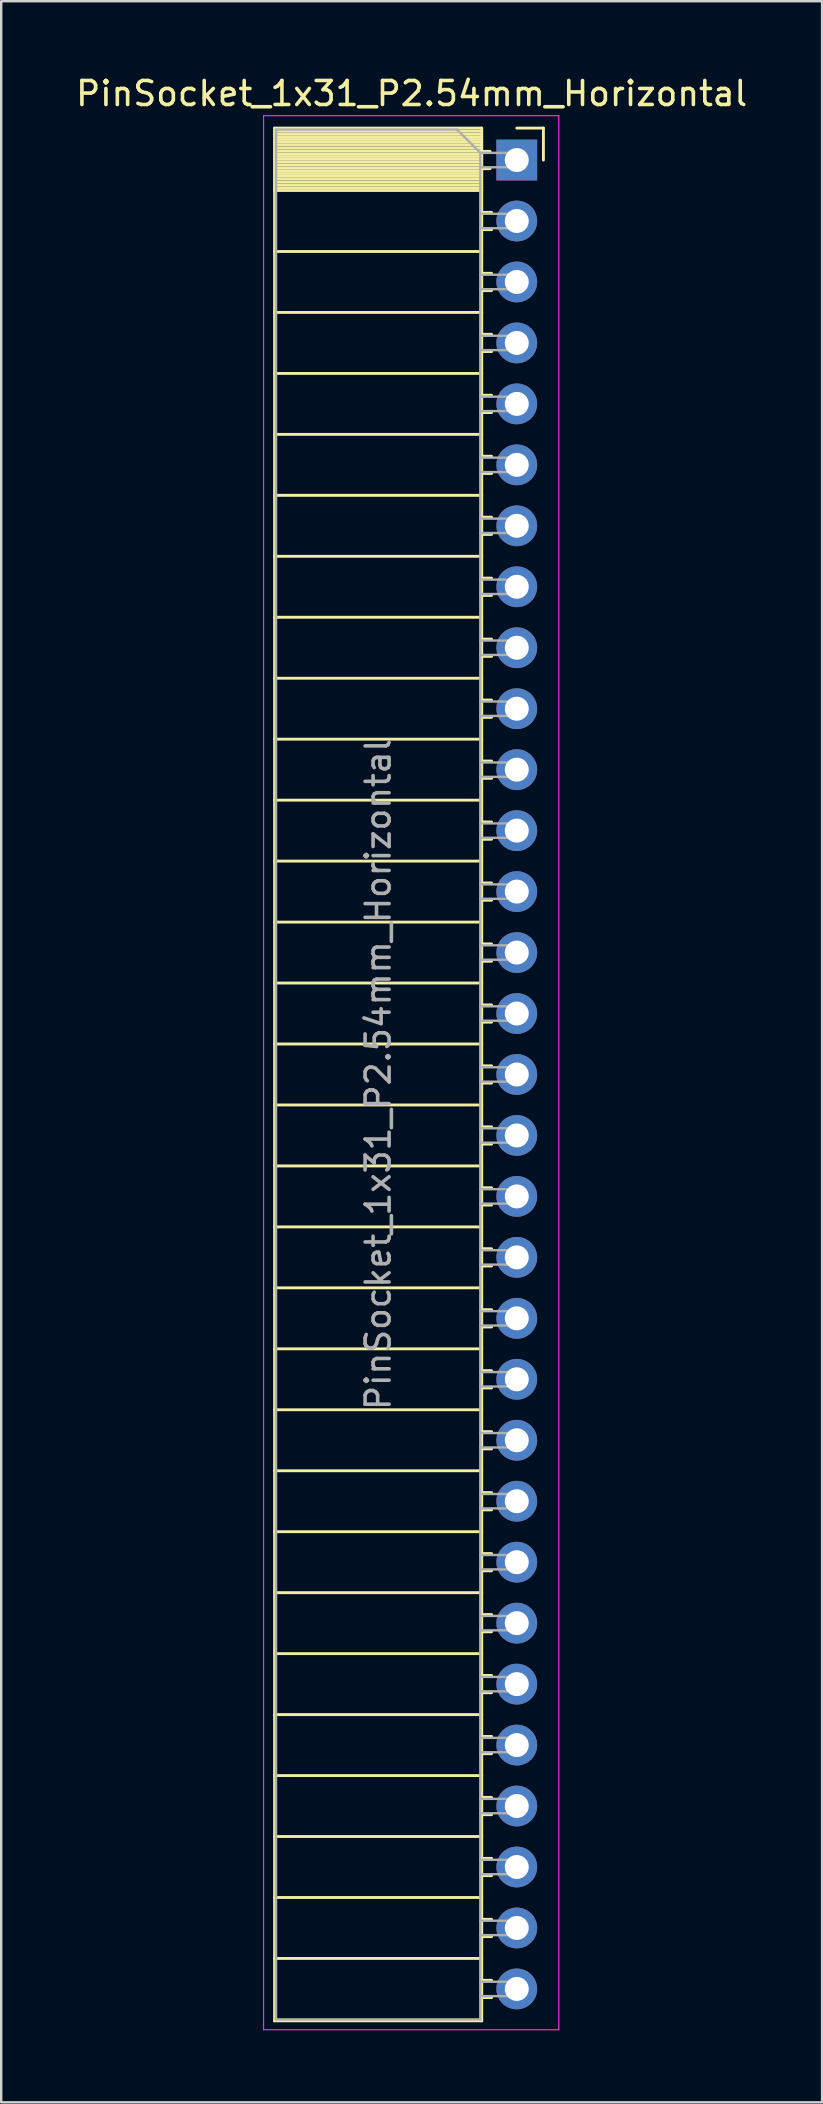
<source format=kicad_pcb>
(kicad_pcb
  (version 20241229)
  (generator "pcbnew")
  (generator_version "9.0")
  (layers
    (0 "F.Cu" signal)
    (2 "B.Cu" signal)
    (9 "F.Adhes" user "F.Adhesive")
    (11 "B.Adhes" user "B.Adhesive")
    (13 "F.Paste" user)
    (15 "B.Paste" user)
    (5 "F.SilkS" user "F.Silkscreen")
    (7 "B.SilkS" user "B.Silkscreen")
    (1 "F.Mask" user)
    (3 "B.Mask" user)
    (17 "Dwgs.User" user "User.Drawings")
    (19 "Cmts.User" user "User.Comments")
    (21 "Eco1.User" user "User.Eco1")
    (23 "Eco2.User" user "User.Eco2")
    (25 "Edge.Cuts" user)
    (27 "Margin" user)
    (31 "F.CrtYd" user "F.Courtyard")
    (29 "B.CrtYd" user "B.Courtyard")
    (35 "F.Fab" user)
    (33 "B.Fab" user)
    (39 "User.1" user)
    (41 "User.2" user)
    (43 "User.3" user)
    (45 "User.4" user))
  (footprint "PinSocket_1x31_P2.54mm_Horizontal"
    (layer "F.Cu")
    (at 18.481 3.618)
    (property "Reference" "PinSocket_1x31_P2.54mm_Horizontal" (at -4.38 -2.77 0) (layer "F.SilkS") (effects (font (size 1 1) (thickness 0.15))))
    (attr through_hole)
    (fp_line (start -10.09 -1.33) (end -10.09 77.53) (stroke (width 0.12) (type solid)) (layer "F.SilkS"))
    (fp_line (start -10.09 -1.33) (end -1.46 -1.33) (stroke (width 0.12) (type solid)) (layer "F.SilkS"))
    (fp_line (start -10.09 -1.21) (end -1.46 -1.21) (stroke (width 0.12) (type solid)) (layer "F.SilkS"))
    (fp_line (start -10.09 -1.092) (end -1.46 -1.092) (stroke (width 0.12) (type solid)) (layer "F.SilkS"))
    (fp_line (start -10.09 -0.974) (end -1.46 -0.974) (stroke (width 0.12) (type solid)) (layer "F.SilkS"))
    (fp_line (start -10.09 -0.856) (end -1.46 -0.856) (stroke (width 0.12) (type solid)) (layer "F.SilkS"))
    (fp_line (start -10.09 -0.738) (end -1.46 -0.738) (stroke (width 0.12) (type solid)) (layer "F.SilkS"))
    (fp_line (start -10.09 -0.62) (end -1.46 -0.62) (stroke (width 0.12) (type solid)) (layer "F.SilkS"))
    (fp_line (start -10.09 -0.501) (end -1.46 -0.501) (stroke (width 0.12) (type solid)) (layer "F.SilkS"))
    (fp_line (start -10.09 -0.383) (end -1.46 -0.383) (stroke (width 0.12) (type solid)) (layer "F.SilkS"))
    (fp_line (start -10.09 -0.265) (end -1.46 -0.265) (stroke (width 0.12) (type solid)) (layer "F.SilkS"))
    (fp_line (start -10.09 -0.147) (end -1.46 -0.147) (stroke (width 0.12) (type solid)) (layer "F.SilkS"))
    (fp_line (start -10.09 -0.029) (end -1.46 -0.029) (stroke (width 0.12) (type solid)) (layer "F.SilkS"))
    (fp_line (start -10.09 0.089) (end -1.46 0.089) (stroke (width 0.12) (type solid)) (layer "F.SilkS"))
    (fp_line (start -10.09 0.207) (end -1.46 0.207) (stroke (width 0.12) (type solid)) (layer "F.SilkS"))
    (fp_line (start -10.09 0.325) (end -1.46 0.325) (stroke (width 0.12) (type solid)) (layer "F.SilkS"))
    (fp_line (start -10.09 0.443) (end -1.46 0.443) (stroke (width 0.12) (type solid)) (layer "F.SilkS"))
    (fp_line (start -10.09 0.561) (end -1.46 0.561) (stroke (width 0.12) (type solid)) (layer "F.SilkS"))
    (fp_line (start -10.09 0.68) (end -1.46 0.68) (stroke (width 0.12) (type solid)) (layer "F.SilkS"))
    (fp_line (start -10.09 0.798) (end -1.46 0.798) (stroke (width 0.12) (type solid)) (layer "F.SilkS"))
    (fp_line (start -10.09 0.916) (end -1.46 0.916) (stroke (width 0.12) (type solid)) (layer "F.SilkS"))
    (fp_line (start -10.09 1.034) (end -1.46 1.034) (stroke (width 0.12) (type solid)) (layer "F.SilkS"))
    (fp_line (start -10.09 1.152) (end -1.46 1.152) (stroke (width 0.12) (type solid)) (layer "F.SilkS"))
    (fp_line (start -10.09 1.27) (end -1.46 1.27) (stroke (width 0.12) (type solid)) (layer "F.SilkS"))
    (fp_line (start -10.09 3.81) (end -1.46 3.81) (stroke (width 0.12) (type solid)) (layer "F.SilkS"))
    (fp_line (start -10.09 6.35) (end -1.46 6.35) (stroke (width 0.12) (type solid)) (layer "F.SilkS"))
    (fp_line (start -10.09 8.89) (end -1.46 8.89) (stroke (width 0.12) (type solid)) (layer "F.SilkS"))
    (fp_line (start -10.09 11.43) (end -1.46 11.43) (stroke (width 0.12) (type solid)) (layer "F.SilkS"))
    (fp_line (start -10.09 13.97) (end -1.46 13.97) (stroke (width 0.12) (type solid)) (layer "F.SilkS"))
    (fp_line (start -10.09 16.51) (end -1.46 16.51) (stroke (width 0.12) (type solid)) (layer "F.SilkS"))
    (fp_line (start -10.09 19.05) (end -1.46 19.05) (stroke (width 0.12) (type solid)) (layer "F.SilkS"))
    (fp_line (start -10.09 21.59) (end -1.46 21.59) (stroke (width 0.12) (type solid)) (layer "F.SilkS"))
    (fp_line (start -10.09 24.13) (end -1.46 24.13) (stroke (width 0.12) (type solid)) (layer "F.SilkS"))
    (fp_line (start -10.09 26.67) (end -1.46 26.67) (stroke (width 0.12) (type solid)) (layer "F.SilkS"))
    (fp_line (start -10.09 29.21) (end -1.46 29.21) (stroke (width 0.12) (type solid)) (layer "F.SilkS"))
    (fp_line (start -10.09 31.75) (end -1.46 31.75) (stroke (width 0.12) (type solid)) (layer "F.SilkS"))
    (fp_line (start -10.09 34.29) (end -1.46 34.29) (stroke (width 0.12) (type solid)) (layer "F.SilkS"))
    (fp_line (start -10.09 36.83) (end -1.46 36.83) (stroke (width 0.12) (type solid)) (layer "F.SilkS"))
    (fp_line (start -10.09 39.37) (end -1.46 39.37) (stroke (width 0.12) (type solid)) (layer "F.SilkS"))
    (fp_line (start -10.09 41.91) (end -1.46 41.91) (stroke (width 0.12) (type solid)) (layer "F.SilkS"))
    (fp_line (start -10.09 44.45) (end -1.46 44.45) (stroke (width 0.12) (type solid)) (layer "F.SilkS"))
    (fp_line (start -10.09 46.99) (end -1.46 46.99) (stroke (width 0.12) (type solid)) (layer "F.SilkS"))
    (fp_line (start -10.09 49.53) (end -1.46 49.53) (stroke (width 0.12) (type solid)) (layer "F.SilkS"))
    (fp_line (start -10.09 52.07) (end -1.46 52.07) (stroke (width 0.12) (type solid)) (layer "F.SilkS"))
    (fp_line (start -10.09 54.61) (end -1.46 54.61) (stroke (width 0.12) (type solid)) (layer "F.SilkS"))
    (fp_line (start -10.09 57.15) (end -1.46 57.15) (stroke (width 0.12) (type solid)) (layer "F.SilkS"))
    (fp_line (start -10.09 59.69) (end -1.46 59.69) (stroke (width 0.12) (type solid)) (layer "F.SilkS"))
    (fp_line (start -10.09 62.23) (end -1.46 62.23) (stroke (width 0.12) (type solid)) (layer "F.SilkS"))
    (fp_line (start -10.09 64.77) (end -1.46 64.77) (stroke (width 0.12) (type solid)) (layer "F.SilkS"))
    (fp_line (start -10.09 67.31) (end -1.46 67.31) (stroke (width 0.12) (type solid)) (layer "F.SilkS"))
    (fp_line (start -10.09 69.85) (end -1.46 69.85) (stroke (width 0.12) (type solid)) (layer "F.SilkS"))
    (fp_line (start -10.09 72.39) (end -1.46 72.39) (stroke (width 0.12) (type solid)) (layer "F.SilkS"))
    (fp_line (start -10.09 74.93) (end -1.46 74.93) (stroke (width 0.12) (type solid)) (layer "F.SilkS"))
    (fp_line (start -10.09 77.53) (end -1.46 77.53) (stroke (width 0.12) (type solid)) (layer "F.SilkS"))
    (fp_line (start -1.46 -1.33) (end -1.46 77.53) (stroke (width 0.12) (type solid)) (layer "F.SilkS"))
    (fp_line (start -1.46 -0.36) (end -1.11 -0.36) (stroke (width 0.12) (type solid)) (layer "F.SilkS"))
    (fp_line (start -1.46 0.36) (end -1.11 0.36) (stroke (width 0.12) (type solid)) (layer "F.SilkS"))
    (fp_line (start -1.46 2.18) (end -1.05 2.18) (stroke (width 0.12) (type solid)) (layer "F.SilkS"))
    (fp_line (start -1.46 2.9) (end -1.05 2.9) (stroke (width 0.12) (type solid)) (layer "F.SilkS"))
    (fp_line (start -1.46 4.72) (end -1.05 4.72) (stroke (width 0.12) (type solid)) (layer "F.SilkS"))
    (fp_line (start -1.46 5.44) (end -1.05 5.44) (stroke (width 0.12) (type solid)) (layer "F.SilkS"))
    (fp_line (start -1.46 7.26) (end -1.05 7.26) (stroke (width 0.12) (type solid)) (layer "F.SilkS"))
    (fp_line (start -1.46 7.98) (end -1.05 7.98) (stroke (width 0.12) (type solid)) (layer "F.SilkS"))
    (fp_line (start -1.46 9.8) (end -1.05 9.8) (stroke (width 0.12) (type solid)) (layer "F.SilkS"))
    (fp_line (start -1.46 10.52) (end -1.05 10.52) (stroke (width 0.12) (type solid)) (layer "F.SilkS"))
    (fp_line (start -1.46 12.34) (end -1.05 12.34) (stroke (width 0.12) (type solid)) (layer "F.SilkS"))
    (fp_line (start -1.46 13.06) (end -1.05 13.06) (stroke (width 0.12) (type solid)) (layer "F.SilkS"))
    (fp_line (start -1.46 14.88) (end -1.05 14.88) (stroke (width 0.12) (type solid)) (layer "F.SilkS"))
    (fp_line (start -1.46 15.6) (end -1.05 15.6) (stroke (width 0.12) (type solid)) (layer "F.SilkS"))
    (fp_line (start -1.46 17.42) (end -1.05 17.42) (stroke (width 0.12) (type solid)) (layer "F.SilkS"))
    (fp_line (start -1.46 18.14) (end -1.05 18.14) (stroke (width 0.12) (type solid)) (layer "F.SilkS"))
    (fp_line (start -1.46 19.96) (end -1.05 19.96) (stroke (width 0.12) (type solid)) (layer "F.SilkS"))
    (fp_line (start -1.46 20.68) (end -1.05 20.68) (stroke (width 0.12) (type solid)) (layer "F.SilkS"))
    (fp_line (start -1.46 22.5) (end -1.05 22.5) (stroke (width 0.12) (type solid)) (layer "F.SilkS"))
    (fp_line (start -1.46 23.22) (end -1.05 23.22) (stroke (width 0.12) (type solid)) (layer "F.SilkS"))
    (fp_line (start -1.46 25.04) (end -1.05 25.04) (stroke (width 0.12) (type solid)) (layer "F.SilkS"))
    (fp_line (start -1.46 25.76) (end -1.05 25.76) (stroke (width 0.12) (type solid)) (layer "F.SilkS"))
    (fp_line (start -1.46 27.58) (end -1.05 27.58) (stroke (width 0.12) (type solid)) (layer "F.SilkS"))
    (fp_line (start -1.46 28.3) (end -1.05 28.3) (stroke (width 0.12) (type solid)) (layer "F.SilkS"))
    (fp_line (start -1.46 30.12) (end -1.05 30.12) (stroke (width 0.12) (type solid)) (layer "F.SilkS"))
    (fp_line (start -1.46 30.84) (end -1.05 30.84) (stroke (width 0.12) (type solid)) (layer "F.SilkS"))
    (fp_line (start -1.46 32.66) (end -1.05 32.66) (stroke (width 0.12) (type solid)) (layer "F.SilkS"))
    (fp_line (start -1.46 33.38) (end -1.05 33.38) (stroke (width 0.12) (type solid)) (layer "F.SilkS"))
    (fp_line (start -1.46 35.2) (end -1.05 35.2) (stroke (width 0.12) (type solid)) (layer "F.SilkS"))
    (fp_line (start -1.46 35.92) (end -1.05 35.92) (stroke (width 0.12) (type solid)) (layer "F.SilkS"))
    (fp_line (start -1.46 37.74) (end -1.05 37.74) (stroke (width 0.12) (type solid)) (layer "F.SilkS"))
    (fp_line (start -1.46 38.46) (end -1.05 38.46) (stroke (width 0.12) (type solid)) (layer "F.SilkS"))
    (fp_line (start -1.46 40.28) (end -1.05 40.28) (stroke (width 0.12) (type solid)) (layer "F.SilkS"))
    (fp_line (start -1.46 41) (end -1.05 41) (stroke (width 0.12) (type solid)) (layer "F.SilkS"))
    (fp_line (start -1.46 42.82) (end -1.05 42.82) (stroke (width 0.12) (type solid)) (layer "F.SilkS"))
    (fp_line (start -1.46 43.54) (end -1.05 43.54) (stroke (width 0.12) (type solid)) (layer "F.SilkS"))
    (fp_line (start -1.46 45.36) (end -1.05 45.36) (stroke (width 0.12) (type solid)) (layer "F.SilkS"))
    (fp_line (start -1.46 46.08) (end -1.05 46.08) (stroke (width 0.12) (type solid)) (layer "F.SilkS"))
    (fp_line (start -1.46 47.9) (end -1.05 47.9) (stroke (width 0.12) (type solid)) (layer "F.SilkS"))
    (fp_line (start -1.46 48.62) (end -1.05 48.62) (stroke (width 0.12) (type solid)) (layer "F.SilkS"))
    (fp_line (start -1.46 50.44) (end -1.05 50.44) (stroke (width 0.12) (type solid)) (layer "F.SilkS"))
    (fp_line (start -1.46 51.16) (end -1.05 51.16) (stroke (width 0.12) (type solid)) (layer "F.SilkS"))
    (fp_line (start -1.46 52.98) (end -1.05 52.98) (stroke (width 0.12) (type solid)) (layer "F.SilkS"))
    (fp_line (start -1.46 53.7) (end -1.05 53.7) (stroke (width 0.12) (type solid)) (layer "F.SilkS"))
    (fp_line (start -1.46 55.52) (end -1.05 55.52) (stroke (width 0.12) (type solid)) (layer "F.SilkS"))
    (fp_line (start -1.46 56.24) (end -1.05 56.24) (stroke (width 0.12) (type solid)) (layer "F.SilkS"))
    (fp_line (start -1.46 58.06) (end -1.05 58.06) (stroke (width 0.12) (type solid)) (layer "F.SilkS"))
    (fp_line (start -1.46 58.78) (end -1.05 58.78) (stroke (width 0.12) (type solid)) (layer "F.SilkS"))
    (fp_line (start -1.46 60.6) (end -1.05 60.6) (stroke (width 0.12) (type solid)) (layer "F.SilkS"))
    (fp_line (start -1.46 61.32) (end -1.05 61.32) (stroke (width 0.12) (type solid)) (layer "F.SilkS"))
    (fp_line (start -1.46 63.14) (end -1.05 63.14) (stroke (width 0.12) (type solid)) (layer "F.SilkS"))
    (fp_line (start -1.46 63.86) (end -1.05 63.86) (stroke (width 0.12) (type solid)) (layer "F.SilkS"))
    (fp_line (start -1.46 65.68) (end -1.05 65.68) (stroke (width 0.12) (type solid)) (layer "F.SilkS"))
    (fp_line (start -1.46 66.4) (end -1.05 66.4) (stroke (width 0.12) (type solid)) (layer "F.SilkS"))
    (fp_line (start -1.46 68.22) (end -1.05 68.22) (stroke (width 0.12) (type solid)) (layer "F.SilkS"))
    (fp_line (start -1.46 68.94) (end -1.05 68.94) (stroke (width 0.12) (type solid)) (layer "F.SilkS"))
    (fp_line (start -1.46 70.76) (end -1.05 70.76) (stroke (width 0.12) (type solid)) (layer "F.SilkS"))
    (fp_line (start -1.46 71.48) (end -1.05 71.48) (stroke (width 0.12) (type solid)) (layer "F.SilkS"))
    (fp_line (start -1.46 73.3) (end -1.05 73.3) (stroke (width 0.12) (type solid)) (layer "F.SilkS"))
    (fp_line (start -1.46 74.02) (end -1.05 74.02) (stroke (width 0.12) (type solid)) (layer "F.SilkS"))
    (fp_line (start -1.46 75.84) (end -1.05 75.84) (stroke (width 0.12) (type solid)) (layer "F.SilkS"))
    (fp_line (start -1.46 76.56) (end -1.05 76.56) (stroke (width 0.12) (type solid)) (layer "F.SilkS"))
    (fp_line (start 0 -1.33) (end 1.11 -1.33) (stroke (width 0.12) (type solid)) (layer "F.SilkS"))
    (fp_line (start 1.11 -1.33) (end 1.11 0) (stroke (width 0.12) (type solid)) (layer "F.SilkS"))
    (fp_line (start -10.55 -1.85) (end -10.55 77.9) (stroke (width 0.05) (type solid)) (layer "F.CrtYd"))
    (fp_line (start -10.55 77.9) (end 1.75 77.9) (stroke (width 0.05) (type solid)) (layer "F.CrtYd"))
    (fp_line (start 1.75 -1.85) (end -10.55 -1.85) (stroke (width 0.05) (type solid)) (layer "F.CrtYd"))
    (fp_line (start 1.75 77.9) (end 1.75 -1.85) (stroke (width 0.05) (type solid)) (layer "F.CrtYd"))
    (fp_line (start -10.03 -1.27) (end -2.49 -1.27) (stroke (width 0.1) (type solid)) (layer "F.Fab"))
    (fp_line (start -10.03 77.47) (end -10.03 -1.27) (stroke (width 0.1) (type solid)) (layer "F.Fab"))
    (fp_line (start -2.49 -1.27) (end -1.52 -0.3) (stroke (width 0.1) (type solid)) (layer "F.Fab"))
    (fp_line (start -1.52 -0.3) (end -1.52 77.47) (stroke (width 0.1) (type solid)) (layer "F.Fab"))
    (fp_line (start -1.52 0.3) (end 0 0.3) (stroke (width 0.1) (type solid)) (layer "F.Fab"))
    (fp_line (start -1.52 2.84) (end 0 2.84) (stroke (width 0.1) (type solid)) (layer "F.Fab"))
    (fp_line (start -1.52 5.38) (end 0 5.38) (stroke (width 0.1) (type solid)) (layer "F.Fab"))
    (fp_line (start -1.52 7.92) (end 0 7.92) (stroke (width 0.1) (type solid)) (layer "F.Fab"))
    (fp_line (start -1.52 10.46) (end 0 10.46) (stroke (width 0.1) (type solid)) (layer "F.Fab"))
    (fp_line (start -1.52 13) (end 0 13) (stroke (width 0.1) (type solid)) (layer "F.Fab"))
    (fp_line (start -1.52 15.54) (end 0 15.54) (stroke (width 0.1) (type solid)) (layer "F.Fab"))
    (fp_line (start -1.52 18.08) (end 0 18.08) (stroke (width 0.1) (type solid)) (layer "F.Fab"))
    (fp_line (start -1.52 20.62) (end 0 20.62) (stroke (width 0.1) (type solid)) (layer "F.Fab"))
    (fp_line (start -1.52 23.16) (end 0 23.16) (stroke (width 0.1) (type solid)) (layer "F.Fab"))
    (fp_line (start -1.52 25.7) (end 0 25.7) (stroke (width 0.1) (type solid)) (layer "F.Fab"))
    (fp_line (start -1.52 28.24) (end 0 28.24) (stroke (width 0.1) (type solid)) (layer "F.Fab"))
    (fp_line (start -1.52 30.78) (end 0 30.78) (stroke (width 0.1) (type solid)) (layer "F.Fab"))
    (fp_line (start -1.52 33.32) (end 0 33.32) (stroke (width 0.1) (type solid)) (layer "F.Fab"))
    (fp_line (start -1.52 35.86) (end 0 35.86) (stroke (width 0.1) (type solid)) (layer "F.Fab"))
    (fp_line (start -1.52 38.4) (end 0 38.4) (stroke (width 0.1) (type solid)) (layer "F.Fab"))
    (fp_line (start -1.52 40.94) (end 0 40.94) (stroke (width 0.1) (type solid)) (layer "F.Fab"))
    (fp_line (start -1.52 43.48) (end 0 43.48) (stroke (width 0.1) (type solid)) (layer "F.Fab"))
    (fp_line (start -1.52 46.02) (end 0 46.02) (stroke (width 0.1) (type solid)) (layer "F.Fab"))
    (fp_line (start -1.52 48.56) (end 0 48.56) (stroke (width 0.1) (type solid)) (layer "F.Fab"))
    (fp_line (start -1.52 51.1) (end 0 51.1) (stroke (width 0.1) (type solid)) (layer "F.Fab"))
    (fp_line (start -1.52 53.64) (end 0 53.64) (stroke (width 0.1) (type solid)) (layer "F.Fab"))
    (fp_line (start -1.52 56.18) (end 0 56.18) (stroke (width 0.1) (type solid)) (layer "F.Fab"))
    (fp_line (start -1.52 58.72) (end 0 58.72) (stroke (width 0.1) (type solid)) (layer "F.Fab"))
    (fp_line (start -1.52 61.26) (end 0 61.26) (stroke (width 0.1) (type solid)) (layer "F.Fab"))
    (fp_line (start -1.52 63.8) (end 0 63.8) (stroke (width 0.1) (type solid)) (layer "F.Fab"))
    (fp_line (start -1.52 66.34) (end 0 66.34) (stroke (width 0.1) (type solid)) (layer "F.Fab"))
    (fp_line (start -1.52 68.88) (end 0 68.88) (stroke (width 0.1) (type solid)) (layer "F.Fab"))
    (fp_line (start -1.52 71.42) (end 0 71.42) (stroke (width 0.1) (type solid)) (layer "F.Fab"))
    (fp_line (start -1.52 73.96) (end 0 73.96) (stroke (width 0.1) (type solid)) (layer "F.Fab"))
    (fp_line (start -1.52 76.5) (end 0 76.5) (stroke (width 0.1) (type solid)) (layer "F.Fab"))
    (fp_line (start -1.52 77.47) (end -10.03 77.47) (stroke (width 0.1) (type solid)) (layer "F.Fab"))
    (fp_line (start 0 -0.3) (end -1.52 -0.3) (stroke (width 0.1) (type solid)) (layer "F.Fab"))
    (fp_line (start 0 0.3) (end 0 -0.3) (stroke (width 0.1) (type solid)) (layer "F.Fab"))
    (fp_line (start 0 2.24) (end -1.52 2.24) (stroke (width 0.1) (type solid)) (layer "F.Fab"))
    (fp_line (start 0 2.84) (end 0 2.24) (stroke (width 0.1) (type solid)) (layer "F.Fab"))
    (fp_line (start 0 4.78) (end -1.52 4.78) (stroke (width 0.1) (type solid)) (layer "F.Fab"))
    (fp_line (start 0 5.38) (end 0 4.78) (stroke (width 0.1) (type solid)) (layer "F.Fab"))
    (fp_line (start 0 7.32) (end -1.52 7.32) (stroke (width 0.1) (type solid)) (layer "F.Fab"))
    (fp_line (start 0 7.92) (end 0 7.32) (stroke (width 0.1) (type solid)) (layer "F.Fab"))
    (fp_line (start 0 9.86) (end -1.52 9.86) (stroke (width 0.1) (type solid)) (layer "F.Fab"))
    (fp_line (start 0 10.46) (end 0 9.86) (stroke (width 0.1) (type solid)) (layer "F.Fab"))
    (fp_line (start 0 12.4) (end -1.52 12.4) (stroke (width 0.1) (type solid)) (layer "F.Fab"))
    (fp_line (start 0 13) (end 0 12.4) (stroke (width 0.1) (type solid)) (layer "F.Fab"))
    (fp_line (start 0 14.94) (end -1.52 14.94) (stroke (width 0.1) (type solid)) (layer "F.Fab"))
    (fp_line (start 0 15.54) (end 0 14.94) (stroke (width 0.1) (type solid)) (layer "F.Fab"))
    (fp_line (start 0 17.48) (end -1.52 17.48) (stroke (width 0.1) (type solid)) (layer "F.Fab"))
    (fp_line (start 0 18.08) (end 0 17.48) (stroke (width 0.1) (type solid)) (layer "F.Fab"))
    (fp_line (start 0 20.02) (end -1.52 20.02) (stroke (width 0.1) (type solid)) (layer "F.Fab"))
    (fp_line (start 0 20.62) (end 0 20.02) (stroke (width 0.1) (type solid)) (layer "F.Fab"))
    (fp_line (start 0 22.56) (end -1.52 22.56) (stroke (width 0.1) (type solid)) (layer "F.Fab"))
    (fp_line (start 0 23.16) (end 0 22.56) (stroke (width 0.1) (type solid)) (layer "F.Fab"))
    (fp_line (start 0 25.1) (end -1.52 25.1) (stroke (width 0.1) (type solid)) (layer "F.Fab"))
    (fp_line (start 0 25.7) (end 0 25.1) (stroke (width 0.1) (type solid)) (layer "F.Fab"))
    (fp_line (start 0 27.64) (end -1.52 27.64) (stroke (width 0.1) (type solid)) (layer "F.Fab"))
    (fp_line (start 0 28.24) (end 0 27.64) (stroke (width 0.1) (type solid)) (layer "F.Fab"))
    (fp_line (start 0 30.18) (end -1.52 30.18) (stroke (width 0.1) (type solid)) (layer "F.Fab"))
    (fp_line (start 0 30.78) (end 0 30.18) (stroke (width 0.1) (type solid)) (layer "F.Fab"))
    (fp_line (start 0 32.72) (end -1.52 32.72) (stroke (width 0.1) (type solid)) (layer "F.Fab"))
    (fp_line (start 0 33.32) (end 0 32.72) (stroke (width 0.1) (type solid)) (layer "F.Fab"))
    (fp_line (start 0 35.26) (end -1.52 35.26) (stroke (width 0.1) (type solid)) (layer "F.Fab"))
    (fp_line (start 0 35.86) (end 0 35.26) (stroke (width 0.1) (type solid)) (layer "F.Fab"))
    (fp_line (start 0 37.8) (end -1.52 37.8) (stroke (width 0.1) (type solid)) (layer "F.Fab"))
    (fp_line (start 0 38.4) (end 0 37.8) (stroke (width 0.1) (type solid)) (layer "F.Fab"))
    (fp_line (start 0 40.34) (end -1.52 40.34) (stroke (width 0.1) (type solid)) (layer "F.Fab"))
    (fp_line (start 0 40.94) (end 0 40.34) (stroke (width 0.1) (type solid)) (layer "F.Fab"))
    (fp_line (start 0 42.88) (end -1.52 42.88) (stroke (width 0.1) (type solid)) (layer "F.Fab"))
    (fp_line (start 0 43.48) (end 0 42.88) (stroke (width 0.1) (type solid)) (layer "F.Fab"))
    (fp_line (start 0 45.42) (end -1.52 45.42) (stroke (width 0.1) (type solid)) (layer "F.Fab"))
    (fp_line (start 0 46.02) (end 0 45.42) (stroke (width 0.1) (type solid)) (layer "F.Fab"))
    (fp_line (start 0 47.96) (end -1.52 47.96) (stroke (width 0.1) (type solid)) (layer "F.Fab"))
    (fp_line (start 0 48.56) (end 0 47.96) (stroke (width 0.1) (type solid)) (layer "F.Fab"))
    (fp_line (start 0 50.5) (end -1.52 50.5) (stroke (width 0.1) (type solid)) (layer "F.Fab"))
    (fp_line (start 0 51.1) (end 0 50.5) (stroke (width 0.1) (type solid)) (layer "F.Fab"))
    (fp_line (start 0 53.04) (end -1.52 53.04) (stroke (width 0.1) (type solid)) (layer "F.Fab"))
    (fp_line (start 0 53.64) (end 0 53.04) (stroke (width 0.1) (type solid)) (layer "F.Fab"))
    (fp_line (start 0 55.58) (end -1.52 55.58) (stroke (width 0.1) (type solid)) (layer "F.Fab"))
    (fp_line (start 0 56.18) (end 0 55.58) (stroke (width 0.1) (type solid)) (layer "F.Fab"))
    (fp_line (start 0 58.12) (end -1.52 58.12) (stroke (width 0.1) (type solid)) (layer "F.Fab"))
    (fp_line (start 0 58.72) (end 0 58.12) (stroke (width 0.1) (type solid)) (layer "F.Fab"))
    (fp_line (start 0 60.66) (end -1.52 60.66) (stroke (width 0.1) (type solid)) (layer "F.Fab"))
    (fp_line (start 0 61.26) (end 0 60.66) (stroke (width 0.1) (type solid)) (layer "F.Fab"))
    (fp_line (start 0 63.2) (end -1.52 63.2) (stroke (width 0.1) (type solid)) (layer "F.Fab"))
    (fp_line (start 0 63.8) (end 0 63.2) (stroke (width 0.1) (type solid)) (layer "F.Fab"))
    (fp_line (start 0 65.74) (end -1.52 65.74) (stroke (width 0.1) (type solid)) (layer "F.Fab"))
    (fp_line (start 0 66.34) (end 0 65.74) (stroke (width 0.1) (type solid)) (layer "F.Fab"))
    (fp_line (start 0 68.28) (end -1.52 68.28) (stroke (width 0.1) (type solid)) (layer "F.Fab"))
    (fp_line (start 0 68.88) (end 0 68.28) (stroke (width 0.1) (type solid)) (layer "F.Fab"))
    (fp_line (start 0 70.82) (end -1.52 70.82) (stroke (width 0.1) (type solid)) (layer "F.Fab"))
    (fp_line (start 0 71.42) (end 0 70.82) (stroke (width 0.1) (type solid)) (layer "F.Fab"))
    (fp_line (start 0 73.36) (end -1.52 73.36) (stroke (width 0.1) (type solid)) (layer "F.Fab"))
    (fp_line (start 0 73.96) (end 0 73.36) (stroke (width 0.1) (type solid)) (layer "F.Fab"))
    (fp_line (start 0 75.9) (end -1.52 75.9) (stroke (width 0.1) (type solid)) (layer "F.Fab"))
    (fp_line (start 0 76.5) (end 0 75.9) (stroke (width 0.1) (type solid)) (layer "F.Fab"))
    (fp_text user "${REFERENCE}" (at -5.775 38.1 90) (layer "F.Fab") (effects (font (size 1 1) (thickness 0.15))))
    (pad "1" thru_hole rect (at 0 0) (size 1.7 1.7) (drill 1) (layers "*.Cu" "*.Mask"))
    (pad "2" thru_hole oval (at 0 2.54) (size 1.7 1.7) (drill 1) (layers "*.Cu" "*.Mask"))
    (pad "3" thru_hole oval (at 0 5.08) (size 1.7 1.7) (drill 1) (layers "*.Cu" "*.Mask"))
    (pad "4" thru_hole oval (at 0 7.62) (size 1.7 1.7) (drill 1) (layers "*.Cu" "*.Mask"))
    (pad "5" thru_hole oval (at 0 10.16) (size 1.7 1.7) (drill 1) (layers "*.Cu" "*.Mask"))
    (pad "6" thru_hole oval (at 0 12.7) (size 1.7 1.7) (drill 1) (layers "*.Cu" "*.Mask"))
    (pad "7" thru_hole oval (at 0 15.24) (size 1.7 1.7) (drill 1) (layers "*.Cu" "*.Mask"))
    (pad "8" thru_hole oval (at 0 17.78) (size 1.7 1.7) (drill 1) (layers "*.Cu" "*.Mask"))
    (pad "9" thru_hole oval (at 0 20.32) (size 1.7 1.7) (drill 1) (layers "*.Cu" "*.Mask"))
    (pad "10" thru_hole oval (at 0 22.86) (size 1.7 1.7) (drill 1) (layers "*.Cu" "*.Mask"))
    (pad "11" thru_hole oval (at 0 25.4) (size 1.7 1.7) (drill 1) (layers "*.Cu" "*.Mask"))
    (pad "12" thru_hole oval (at 0 27.94) (size 1.7 1.7) (drill 1) (layers "*.Cu" "*.Mask"))
    (pad "13" thru_hole oval (at 0 30.48) (size 1.7 1.7) (drill 1) (layers "*.Cu" "*.Mask"))
    (pad "14" thru_hole oval (at 0 33.02) (size 1.7 1.7) (drill 1) (layers "*.Cu" "*.Mask"))
    (pad "15" thru_hole oval (at 0 35.56) (size 1.7 1.7) (drill 1) (layers "*.Cu" "*.Mask"))
    (pad "16" thru_hole oval (at 0 38.1) (size 1.7 1.7) (drill 1) (layers "*.Cu" "*.Mask"))
    (pad "17" thru_hole oval (at 0 40.64) (size 1.7 1.7) (drill 1) (layers "*.Cu" "*.Mask"))
    (pad "18" thru_hole oval (at 0 43.18) (size 1.7 1.7) (drill 1) (layers "*.Cu" "*.Mask"))
    (pad "19" thru_hole oval (at 0 45.72) (size 1.7 1.7) (drill 1) (layers "*.Cu" "*.Mask"))
    (pad "20" thru_hole oval (at 0 48.26) (size 1.7 1.7) (drill 1) (layers "*.Cu" "*.Mask"))
    (pad "21" thru_hole oval (at 0 50.8) (size 1.7 1.7) (drill 1) (layers "*.Cu" "*.Mask"))
    (pad "22" thru_hole oval (at 0 53.34) (size 1.7 1.7) (drill 1) (layers "*.Cu" "*.Mask"))
    (pad "23" thru_hole oval (at 0 55.88) (size 1.7 1.7) (drill 1) (layers "*.Cu" "*.Mask"))
    (pad "24" thru_hole oval (at 0 58.42) (size 1.7 1.7) (drill 1) (layers "*.Cu" "*.Mask"))
    (pad "25" thru_hole oval (at 0 60.96) (size 1.7 1.7) (drill 1) (layers "*.Cu" "*.Mask"))
    (pad "26" thru_hole oval (at 0 63.5) (size 1.7 1.7) (drill 1) (layers "*.Cu" "*.Mask"))
    (pad "27" thru_hole oval (at 0 66.04) (size 1.7 1.7) (drill 1) (layers "*.Cu" "*.Mask"))
    (pad "28" thru_hole oval (at 0 68.58) (size 1.7 1.7) (drill 1) (layers "*.Cu" "*.Mask"))
    (pad "29" thru_hole oval (at 0 71.12) (size 1.7 1.7) (drill 1) (layers "*.Cu" "*.Mask"))
    (pad "30" thru_hole oval (at 0 73.66) (size 1.7 1.7) (drill 1) (layers "*.Cu" "*.Mask"))
    (pad "31" thru_hole oval (at 0 76.2) (size 1.7 1.7) (drill 1) (layers "*.Cu" "*.Mask")))
  (gr_rect
    (start -3 -3)
    (end 31.202 84.543)
    (stroke (width 0.1) (type default))
    (fill no)
    (layer "Edge.Cuts")))
</source>
